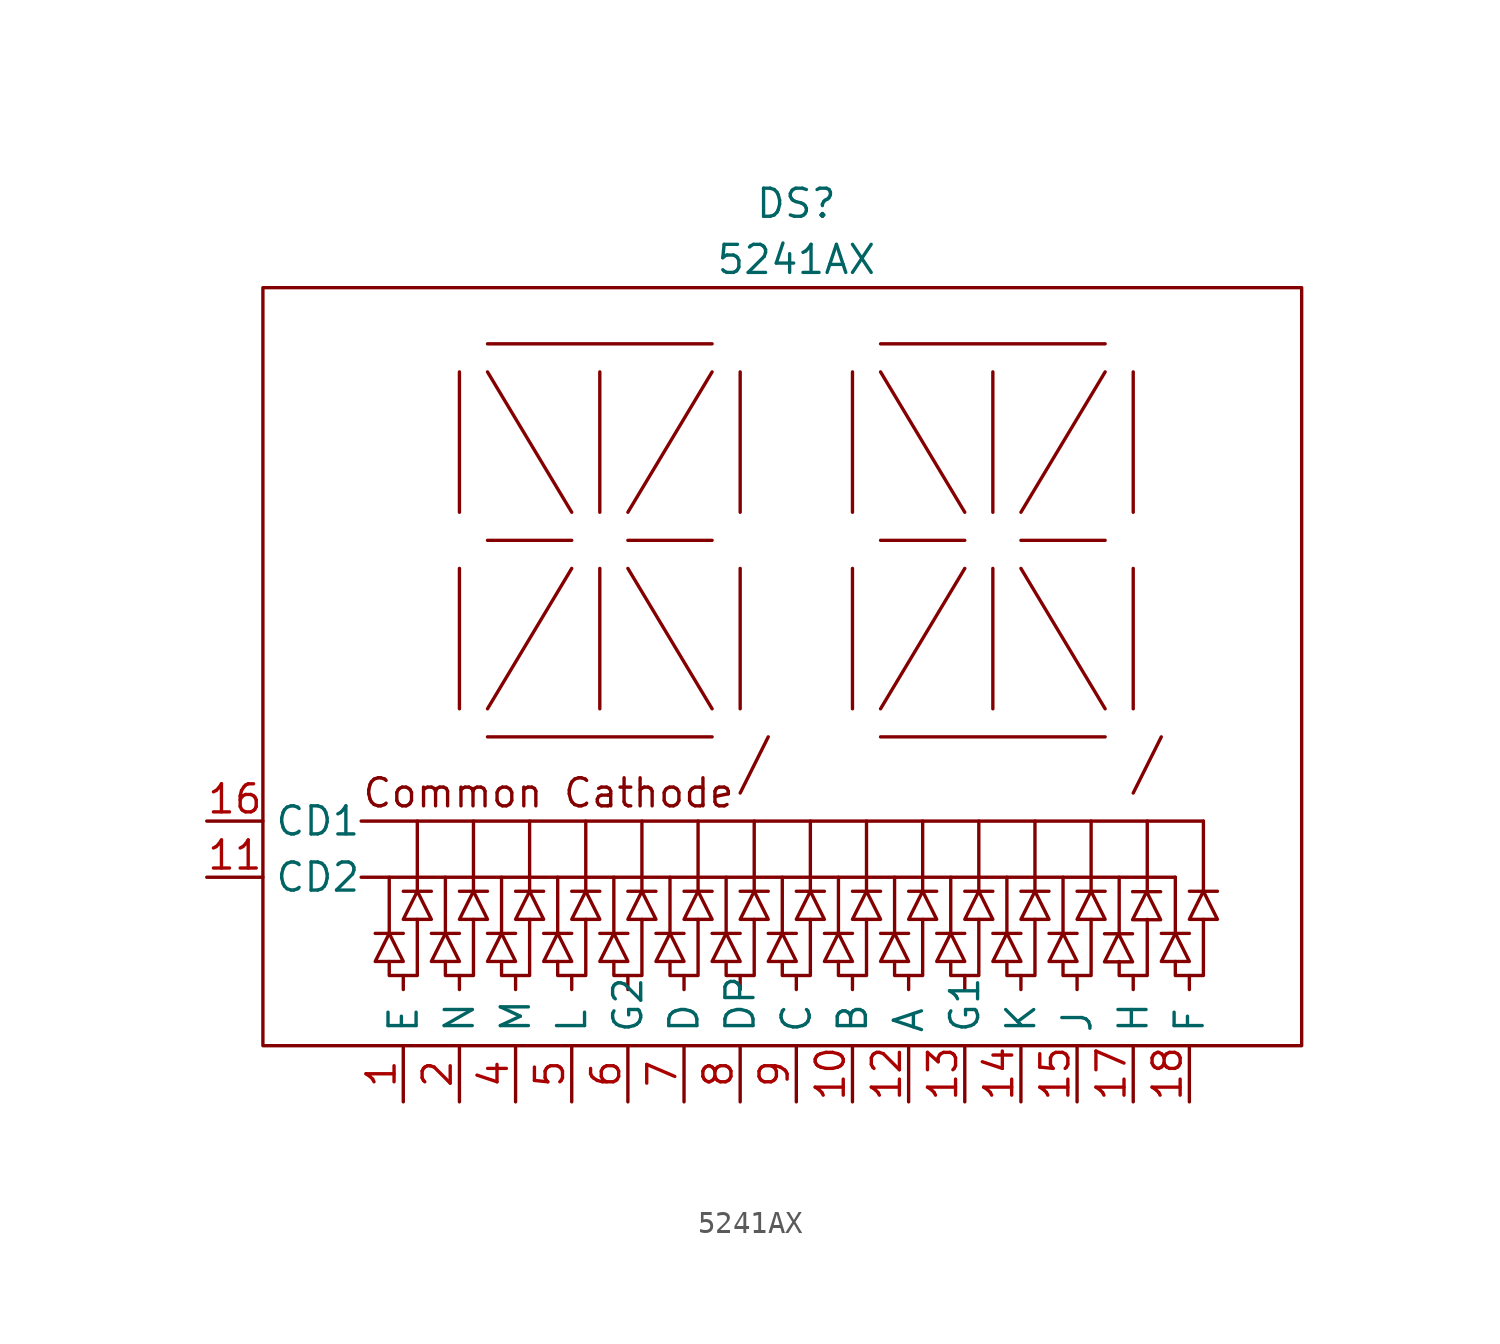
<source format=kicad_sym>
(kicad_symbol_lib
  (version 20220914)
  (generator kicad_symbol_editor)
  (symbol "5241AX"
    (property "Reference" "DS"
      (at 0 15.24 0)
      (effects (font (size 1.27 1.27))))
    (property "Value" "5241AX"
      (at 0 12.7 0)
      (effects (font (size 1.27 1.27))))
    (symbol "5241AX_0_1"
      (rectangle (start -24.13 11.43) (end 22.86 -22.86) (stroke (width 0) (type default)) (fill (type none)))
      (polyline (pts (xy -18.415 -17.78) (xy -18.415 -15.24)) (stroke (width 0) (type default)) (fill (type none)))
      (polyline (pts (xy -17.78 -19.685) (xy -17.78 -20.32)) (stroke (width 0) (type default)) (fill (type none)))
      (polyline (pts (xy -17.78 -17.78) (xy -19.05 -17.78)) (stroke (width 0) (type default)) (fill (type none)))
      (polyline (pts (xy -17.145 -12.7) (xy -17.145 -15.875)) (stroke (width 0) (type default)) (fill (type none)))
      (polyline (pts (xy -16.51 -15.875) (xy -17.78 -15.875)) (stroke (width 0) (type default)) (fill (type none)))
      (polyline (pts (xy -15.875 -17.78) (xy -15.875 -15.24)) (stroke (width 0) (type default)) (fill (type none)))
      (polyline (pts (xy -15.24 -19.685) (xy -15.24 -20.32)) (stroke (width 0) (type default)) (fill (type none)))
      (polyline (pts (xy -15.24 -17.78) (xy -16.51 -17.78)) (stroke (width 0) (type default)) (fill (type none)))
      (polyline (pts (xy -15.24 -1.27) (xy -15.24 -7.62)) (stroke (width 0) (type default)) (fill (type none)))
      (polyline (pts (xy -15.24 1.27) (xy -15.24 7.62)) (stroke (width 0) (type default)) (fill (type none)))
      (polyline (pts (xy -14.605 -12.7) (xy -14.605 -15.875)) (stroke (width 0) (type default)) (fill (type none)))
      (polyline (pts (xy -13.97 -15.875) (xy -15.24 -15.875)) (stroke (width 0) (type default)) (fill (type none)))
      (polyline (pts (xy -13.97 0) (xy -10.16 0)) (stroke (width 0) (type default)) (fill (type none)))
      (polyline (pts (xy -13.97 8.89) (xy -3.81 8.89)) (stroke (width 0) (type default)) (fill (type none)))
      (polyline (pts (xy -13.335 -17.78) (xy -13.335 -15.24)) (stroke (width 0) (type default)) (fill (type none)))
      (polyline (pts (xy -12.7 -19.685) (xy -12.7 -20.32)) (stroke (width 0) (type default)) (fill (type none)))
      (polyline (pts (xy -12.7 -17.78) (xy -13.97 -17.78)) (stroke (width 0) (type default)) (fill (type none)))
      (polyline (pts (xy -12.065 -12.7) (xy -12.065 -15.875)) (stroke (width 0) (type default)) (fill (type none)))
      (polyline (pts (xy -11.43 -15.875) (xy -12.7 -15.875)) (stroke (width 0) (type default)) (fill (type none)))
      (polyline (pts (xy -10.795 -17.78) (xy -10.795 -15.24)) (stroke (width 0) (type default)) (fill (type none)))
      (polyline (pts (xy -10.16 -19.685) (xy -10.16 -20.32)) (stroke (width 0) (type default)) (fill (type none)))
      (polyline (pts (xy -10.16 -17.78) (xy -11.43 -17.78)) (stroke (width 0) (type default)) (fill (type none)))
      (polyline (pts (xy -10.16 -1.27) (xy -13.97 -7.62)) (stroke (width 0) (type default)) (fill (type none)))
      (polyline (pts (xy -10.16 1.27) (xy -13.97 7.62)) (stroke (width 0) (type default)) (fill (type none)))
      (polyline (pts (xy -9.525 -12.7) (xy -9.525 -15.875)) (stroke (width 0) (type default)) (fill (type none)))
      (polyline (pts (xy -8.89 -15.875) (xy -10.16 -15.875)) (stroke (width 0) (type default)) (fill (type none)))
      (polyline (pts (xy -8.89 -1.27) (xy -8.89 -7.62)) (stroke (width 0) (type default)) (fill (type none)))
      (polyline (pts (xy -8.89 1.27) (xy -8.89 7.62)) (stroke (width 0) (type default)) (fill (type none)))
      (polyline (pts (xy -8.255 -17.78) (xy -8.255 -15.24)) (stroke (width 0) (type default)) (fill (type none)))
      (polyline (pts (xy -7.62 -19.685) (xy -7.62 -20.32)) (stroke (width 0) (type default)) (fill (type none)))
      (polyline (pts (xy -7.62 -17.78) (xy -8.89 -17.78)) (stroke (width 0) (type default)) (fill (type none)))
      (polyline (pts (xy -7.62 -1.27) (xy -3.81 -7.62)) (stroke (width 0) (type default)) (fill (type none)))
      (polyline (pts (xy -7.62 1.27) (xy -3.81 7.62)) (stroke (width 0) (type default)) (fill (type none)))
      (polyline (pts (xy -6.985 -12.7) (xy -6.985 -15.875)) (stroke (width 0) (type default)) (fill (type none)))
      (polyline (pts (xy -6.35 -15.875) (xy -7.62 -15.875)) (stroke (width 0) (type default)) (fill (type none)))
      (polyline (pts (xy -5.715 -17.78) (xy -5.715 -15.24)) (stroke (width 0) (type default)) (fill (type none)))
      (polyline (pts (xy -5.08 -19.685) (xy -5.08 -20.32)) (stroke (width 0) (type default)) (fill (type none)))
      (polyline (pts (xy -5.08 -17.78) (xy -6.35 -17.78)) (stroke (width 0) (type default)) (fill (type none)))
      (polyline (pts (xy -4.445 -12.7) (xy -4.445 -15.875)) (stroke (width 0) (type default)) (fill (type none)))
      (polyline (pts (xy -3.81 -15.875) (xy -5.08 -15.875)) (stroke (width 0) (type default)) (fill (type none)))
      (polyline (pts (xy -3.81 -8.89) (xy -13.97 -8.89)) (stroke (width 0) (type default)) (fill (type none)))
      (polyline (pts (xy -3.81 0) (xy -7.62 0)) (stroke (width 0) (type default)) (fill (type none)))
      (polyline (pts (xy -3.175 -17.78) (xy -3.175 -15.24)) (stroke (width 0) (type default)) (fill (type none)))
      (polyline (pts (xy -2.54 -19.685) (xy -2.54 -20.32)) (stroke (width 0) (type default)) (fill (type none)))
      (polyline (pts (xy -2.54 -17.78) (xy -3.81 -17.78)) (stroke (width 0) (type default)) (fill (type none)))
      (polyline (pts (xy -2.54 -1.27) (xy -2.54 -7.62)) (stroke (width 0) (type default)) (fill (type none)))
      (polyline (pts (xy -2.54 7.62) (xy -2.54 1.27)) (stroke (width 0) (type default)) (fill (type none)))
      (polyline (pts (xy -1.905 -12.7) (xy -1.905 -15.875)) (stroke (width 0) (type default)) (fill (type none)))
      (polyline (pts (xy -1.27 -15.875) (xy -2.54 -15.875)) (stroke (width 0) (type default)) (fill (type none)))
      (polyline (pts (xy -1.27 -8.89) (xy -2.54 -11.43)) (stroke (width 0) (type default)) (fill (type none)))
      (polyline (pts (xy -0.635 -17.78) (xy -0.635 -15.24)) (stroke (width 0) (type default)) (fill (type none)))
      (polyline (pts (xy 0 -19.685) (xy 0 -20.32)) (stroke (width 0) (type default)) (fill (type none)))
      (polyline (pts (xy 0 -17.78) (xy -1.27 -17.78)) (stroke (width 0) (type default)) (fill (type none)))
      (polyline (pts (xy 0.635 -12.7) (xy 0.635 -15.875)) (stroke (width 0) (type default)) (fill (type none)))
      (polyline (pts (xy 1.27 -15.875) (xy 0 -15.875)) (stroke (width 0) (type default)) (fill (type none)))
      (polyline (pts (xy 1.905 -17.78) (xy 1.905 -15.24)) (stroke (width 0) (type default)) (fill (type none)))
      (polyline (pts (xy 2.54 -19.685) (xy 2.54 -20.32)) (stroke (width 0) (type default)) (fill (type none)))
      (polyline (pts (xy 2.54 -17.78) (xy 1.27 -17.78)) (stroke (width 0) (type default)) (fill (type none)))
      (polyline (pts (xy 2.54 -1.27) (xy 2.54 -7.62)) (stroke (width 0) (type default)) (fill (type none)))
      (polyline (pts (xy 2.54 1.27) (xy 2.54 7.62)) (stroke (width 0) (type default)) (fill (type none)))
      (polyline (pts (xy 3.175 -12.7) (xy 3.175 -15.875)) (stroke (width 0) (type default)) (fill (type none)))
      (polyline (pts (xy 3.81 -15.875) (xy 2.54 -15.875)) (stroke (width 0) (type default)) (fill (type none)))
      (polyline (pts (xy 3.81 0) (xy 7.62 0)) (stroke (width 0) (type default)) (fill (type none)))
      (polyline (pts (xy 3.81 8.89) (xy 13.97 8.89)) (stroke (width 0) (type default)) (fill (type none)))
      (polyline (pts (xy 4.445 -17.78) (xy 4.445 -15.24)) (stroke (width 0) (type default)) (fill (type none)))
      (polyline (pts (xy 5.08 -19.685) (xy 5.08 -20.32)) (stroke (width 0) (type default)) (fill (type none)))
      (polyline (pts (xy 5.08 -17.78) (xy 3.81 -17.78)) (stroke (width 0) (type default)) (fill (type none)))
      (polyline (pts (xy 5.715 -12.7) (xy 5.715 -15.875)) (stroke (width 0) (type default)) (fill (type none)))
      (polyline (pts (xy 6.35 -15.875) (xy 5.08 -15.875)) (stroke (width 0) (type default)) (fill (type none)))
      (polyline (pts (xy 6.985 -17.78) (xy 6.985 -15.24)) (stroke (width 0) (type default)) (fill (type none)))
      (polyline (pts (xy 7.62 -19.685) (xy 7.62 -20.32)) (stroke (width 0) (type default)) (fill (type none)))
      (polyline (pts (xy 7.62 -17.78) (xy 6.35 -17.78)) (stroke (width 0) (type default)) (fill (type none)))
      (polyline (pts (xy 7.62 -1.27) (xy 3.81 -7.62)) (stroke (width 0) (type default)) (fill (type none)))
      (polyline (pts (xy 7.62 1.27) (xy 3.81 7.62)) (stroke (width 0) (type default)) (fill (type none)))
      (polyline (pts (xy 8.255 -12.7) (xy 8.255 -15.875)) (stroke (width 0) (type default)) (fill (type none)))
      (polyline (pts (xy 8.89 -15.875) (xy 7.62 -15.875)) (stroke (width 0) (type default)) (fill (type none)))
      (polyline (pts (xy 8.89 -1.27) (xy 8.89 -7.62)) (stroke (width 0) (type default)) (fill (type none)))
      (polyline (pts (xy 8.89 1.27) (xy 8.89 7.62)) (stroke (width 0) (type default)) (fill (type none)))
      (polyline (pts (xy 9.525 -17.78) (xy 9.525 -15.24)) (stroke (width 0) (type default)) (fill (type none)))
      (polyline (pts (xy 10.16 -19.685) (xy 10.16 -20.32)) (stroke (width 0) (type default)) (fill (type none)))
      (polyline (pts (xy 10.16 -17.78) (xy 8.89 -17.78)) (stroke (width 0) (type default)) (fill (type none)))
      (polyline (pts (xy 10.16 -1.27) (xy 13.97 -7.62)) (stroke (width 0) (type default)) (fill (type none)))
      (polyline (pts (xy 10.16 1.27) (xy 13.97 7.62)) (stroke (width 0) (type default)) (fill (type none)))
      (polyline (pts (xy 10.795 -12.7) (xy 10.795 -15.875)) (stroke (width 0) (type default)) (fill (type none)))
      (polyline (pts (xy 11.43 -15.875) (xy 10.16 -15.875)) (stroke (width 0) (type default)) (fill (type none)))
      (polyline (pts (xy 12.065 -17.78) (xy 12.065 -15.24)) (stroke (width 0) (type default)) (fill (type none)))
      (polyline (pts (xy 12.7 -19.685) (xy 12.7 -20.32)) (stroke (width 0) (type default)) (fill (type none)))
      (polyline (pts (xy 12.7 -17.78) (xy 11.43 -17.78)) (stroke (width 0) (type default)) (fill (type none)))
      (polyline (pts (xy 13.335 -12.7) (xy 13.335 -15.875)) (stroke (width 0) (type default)) (fill (type none)))
      (polyline (pts (xy 13.97 -15.875) (xy 12.7 -15.875)) (stroke (width 0) (type default)) (fill (type none)))
      (polyline (pts (xy 13.97 -8.89) (xy 3.81 -8.89)) (stroke (width 0) (type default)) (fill (type none)))
      (polyline (pts (xy 13.97 0) (xy 10.16 0)) (stroke (width 0) (type default)) (fill (type none)))
      (polyline (pts (xy 14.605 -17.78) (xy 14.605 -15.24)) (stroke (width 0) (type default)) (fill (type none)))
      (polyline (pts (xy 15.21 -17.797) (xy 13.94 -17.797)) (stroke (width 0) (type default)) (fill (type none)))
      (polyline (pts (xy 15.24 -19.685) (xy 15.24 -20.32)) (stroke (width 0) (type default)) (fill (type none)))
      (polyline (pts (xy 15.24 -1.27) (xy 15.24 -7.62)) (stroke (width 0) (type default)) (fill (type none)))
      (polyline (pts (xy 15.24 7.62) (xy 15.24 1.27)) (stroke (width 0) (type default)) (fill (type none)))
      (polyline (pts (xy 15.875 -12.7) (xy 15.875 -15.875)) (stroke (width 0) (type default)) (fill (type none)))
      (polyline (pts (xy 16.48 -15.892) (xy 15.21 -15.892)) (stroke (width 0) (type default)) (fill (type none)))
      (polyline (pts (xy 16.51 -8.89) (xy 15.24 -11.43)) (stroke (width 0) (type default)) (fill (type none)))
      (polyline (pts (xy 17.145 -17.78) (xy 17.145 -15.24)) (stroke (width 0) (type default)) (fill (type none)))
      (polyline (pts (xy 17.145 -15.24) (xy -19.685 -15.24)) (stroke (width 0) (type default)) (fill (type none)))
      (polyline (pts (xy 17.78 -19.685) (xy 17.78 -20.32)) (stroke (width 0) (type default)) (fill (type none)))
      (polyline (pts (xy 17.78 -17.78) (xy 16.51 -17.78)) (stroke (width 0) (type default)) (fill (type none)))
      (polyline (pts (xy 18.415 -12.7) (xy -19.685 -12.7)) (stroke (width 0) (type default)) (fill (type none)))
      (polyline (pts (xy 18.415 -12.7) (xy 18.415 -15.875)) (stroke (width 0) (type default)) (fill (type none)))
      (polyline (pts (xy 19.05 -15.875) (xy 17.78 -15.875)) (stroke (width 0) (type default)) (fill (type none)))
      (polyline (pts (xy -18.415 -19.05) (xy -18.415 -19.685) (xy -17.145 -19.685) (xy -17.145 -17.145)) (stroke (width 0) (type default)) (fill (type none)))
      (polyline (pts (xy -17.78 -19.05) (xy -19.05 -19.05) (xy -18.415 -17.78) (xy -17.78 -19.05)) (stroke (width 0) (type default)) (fill (type none)))
      (polyline (pts (xy -16.51 -17.145) (xy -17.78 -17.145) (xy -17.145 -15.875) (xy -16.51 -17.145)) (stroke (width 0) (type default)) (fill (type none)))
      (polyline (pts (xy -15.875 -19.05) (xy -15.875 -19.685) (xy -14.605 -19.685) (xy -14.605 -17.145)) (stroke (width 0) (type default)) (fill (type none)))
      (polyline (pts (xy -15.24 -19.05) (xy -16.51 -19.05) (xy -15.875 -17.78) (xy -15.24 -19.05)) (stroke (width 0) (type default)) (fill (type none)))
      (polyline (pts (xy -13.97 -17.145) (xy -15.24 -17.145) (xy -14.605 -15.875) (xy -13.97 -17.145)) (stroke (width 0) (type default)) (fill (type none)))
      (polyline (pts (xy -13.335 -19.05) (xy -13.335 -19.685) (xy -12.065 -19.685) (xy -12.065 -17.145)) (stroke (width 0) (type default)) (fill (type none)))
      (polyline (pts (xy -12.7 -19.05) (xy -13.97 -19.05) (xy -13.335 -17.78) (xy -12.7 -19.05)) (stroke (width 0) (type default)) (fill (type none)))
      (polyline (pts (xy -11.43 -17.145) (xy -12.7 -17.145) (xy -12.065 -15.875) (xy -11.43 -17.145)) (stroke (width 0) (type default)) (fill (type none)))
      (polyline (pts (xy -10.795 -19.05) (xy -10.795 -19.685) (xy -9.525 -19.685) (xy -9.525 -17.145)) (stroke (width 0) (type default)) (fill (type none)))
      (polyline (pts (xy -10.16 -19.05) (xy -11.43 -19.05) (xy -10.795 -17.78) (xy -10.16 -19.05)) (stroke (width 0) (type default)) (fill (type none)))
      (polyline (pts (xy -8.89 -17.145) (xy -10.16 -17.145) (xy -9.525 -15.875) (xy -8.89 -17.145)) (stroke (width 0) (type default)) (fill (type none)))
      (polyline (pts (xy -8.255 -19.05) (xy -8.255 -19.685) (xy -6.985 -19.685) (xy -6.985 -17.145)) (stroke (width 0) (type default)) (fill (type none)))
      (polyline (pts (xy -7.62 -19.05) (xy -8.89 -19.05) (xy -8.255 -17.78) (xy -7.62 -19.05)) (stroke (width 0) (type default)) (fill (type none)))
      (polyline (pts (xy -6.35 -17.145) (xy -7.62 -17.145) (xy -6.985 -15.875) (xy -6.35 -17.145)) (stroke (width 0) (type default)) (fill (type none)))
      (polyline (pts (xy -5.715 -19.05) (xy -5.715 -19.685) (xy -4.445 -19.685) (xy -4.445 -17.145)) (stroke (width 0) (type default)) (fill (type none)))
      (polyline (pts (xy -5.08 -19.05) (xy -6.35 -19.05) (xy -5.715 -17.78) (xy -5.08 -19.05)) (stroke (width 0) (type default)) (fill (type none)))
      (polyline (pts (xy -3.81 -17.145) (xy -5.08 -17.145) (xy -4.445 -15.875) (xy -3.81 -17.145)) (stroke (width 0) (type default)) (fill (type none)))
      (polyline (pts (xy -3.175 -19.05) (xy -3.175 -19.685) (xy -1.905 -19.685) (xy -1.905 -17.145)) (stroke (width 0) (type default)) (fill (type none)))
      (polyline (pts (xy -2.54 -19.05) (xy -3.81 -19.05) (xy -3.175 -17.78) (xy -2.54 -19.05)) (stroke (width 0) (type default)) (fill (type none)))
      (polyline (pts (xy -1.27 -17.145) (xy -2.54 -17.145) (xy -1.905 -15.875) (xy -1.27 -17.145)) (stroke (width 0) (type default)) (fill (type none)))
      (polyline (pts (xy -0.635 -19.05) (xy -0.635 -19.685) (xy 0.635 -19.685) (xy 0.635 -17.145)) (stroke (width 0) (type default)) (fill (type none)))
      (polyline (pts (xy 0 -19.05) (xy -1.27 -19.05) (xy -0.635 -17.78) (xy 0 -19.05)) (stroke (width 0) (type default)) (fill (type none)))
      (polyline (pts (xy 1.27 -17.145) (xy 0 -17.145) (xy 0.635 -15.875) (xy 1.27 -17.145)) (stroke (width 0) (type default)) (fill (type none)))
      (polyline (pts (xy 1.905 -19.05) (xy 1.905 -19.685) (xy 3.175 -19.685) (xy 3.175 -17.145)) (stroke (width 0) (type default)) (fill (type none)))
      (polyline (pts (xy 2.54 -19.05) (xy 1.27 -19.05) (xy 1.905 -17.78) (xy 2.54 -19.05)) (stroke (width 0) (type default)) (fill (type none)))
      (polyline (pts (xy 3.81 -17.145) (xy 2.54 -17.145) (xy 3.175 -15.875) (xy 3.81 -17.145)) (stroke (width 0) (type default)) (fill (type none)))
      (polyline (pts (xy 4.445 -19.05) (xy 4.445 -19.685) (xy 5.715 -19.685) (xy 5.715 -17.145)) (stroke (width 0) (type default)) (fill (type none)))
      (polyline (pts (xy 5.08 -19.05) (xy 3.81 -19.05) (xy 4.445 -17.78) (xy 5.08 -19.05)) (stroke (width 0) (type default)) (fill (type none)))
      (polyline (pts (xy 6.35 -17.145) (xy 5.08 -17.145) (xy 5.715 -15.875) (xy 6.35 -17.145)) (stroke (width 0) (type default)) (fill (type none)))
      (polyline (pts (xy 6.985 -19.05) (xy 6.985 -19.685) (xy 8.255 -19.685) (xy 8.255 -17.145)) (stroke (width 0) (type default)) (fill (type none)))
      (polyline (pts (xy 7.62 -19.05) (xy 6.35 -19.05) (xy 6.985 -17.78) (xy 7.62 -19.05)) (stroke (width 0) (type default)) (fill (type none)))
      (polyline (pts (xy 8.89 -17.145) (xy 7.62 -17.145) (xy 8.255 -15.875) (xy 8.89 -17.145)) (stroke (width 0) (type default)) (fill (type none)))
      (polyline (pts (xy 9.525 -19.05) (xy 9.525 -19.685) (xy 10.795 -19.685) (xy 10.795 -17.145)) (stroke (width 0) (type default)) (fill (type none)))
      (polyline (pts (xy 10.16 -19.05) (xy 8.89 -19.05) (xy 9.525 -17.78) (xy 10.16 -19.05)) (stroke (width 0) (type default)) (fill (type none)))
      (polyline (pts (xy 11.43 -17.145) (xy 10.16 -17.145) (xy 10.795 -15.875) (xy 11.43 -17.145)) (stroke (width 0) (type default)) (fill (type none)))
      (polyline (pts (xy 12.065 -19.05) (xy 12.065 -19.685) (xy 13.335 -19.685) (xy 13.335 -17.145)) (stroke (width 0) (type default)) (fill (type none)))
      (polyline (pts (xy 12.7 -19.05) (xy 11.43 -19.05) (xy 12.065 -17.78) (xy 12.7 -19.05)) (stroke (width 0) (type default)) (fill (type none)))
      (polyline (pts (xy 13.97 -17.145) (xy 12.7 -17.145) (xy 13.335 -15.875) (xy 13.97 -17.145)) (stroke (width 0) (type default)) (fill (type none)))
      (polyline (pts (xy 14.605 -19.05) (xy 14.605 -19.685) (xy 15.875 -19.685) (xy 15.875 -17.145)) (stroke (width 0) (type default)) (fill (type none)))
      (polyline (pts (xy 15.21 -19.067) (xy 13.94 -19.067) (xy 14.575 -17.797) (xy 15.21 -19.067)) (stroke (width 0) (type default)) (fill (type none)))
      (polyline (pts (xy 16.48 -17.162) (xy 15.21 -17.162) (xy 15.845 -15.892) (xy 16.48 -17.162)) (stroke (width 0) (type default)) (fill (type none)))
      (polyline (pts (xy 17.145 -19.05) (xy 17.145 -19.685) (xy 18.415 -19.685) (xy 18.415 -17.145)) (stroke (width 0) (type default)) (fill (type none)))
      (polyline (pts (xy 17.78 -19.05) (xy 16.51 -19.05) (xy 17.145 -17.78) (xy 17.78 -19.05)) (stroke (width 0) (type default)) (fill (type none)))
      (polyline (pts (xy 19.05 -17.145) (xy 17.78 -17.145) (xy 18.415 -15.875) (xy 19.05 -17.145)) (stroke (width 0) (type default)) (fill (type none)))
      (text "Common Cathode" (at -19.685 -11.43 0) (effects (font (size 1.27 1.27)) (justify left))))
    (symbol "5241AX_1_1"
      (pin passive line (at -17.78 -25.4 90) (length 2.54) (name "E" (effects (font (size 1.27 1.27)))) (number "1" (effects (font (size 1.27 1.27)))))
      (pin passive line (at 2.54 -25.4 90) (length 2.54) (name "B" (effects (font (size 1.27 1.27)))) (number "10" (effects (font (size 1.27 1.27)))))
      (pin passive line (at -26.67 -15.24 0) (length 2.54) (name "CD2" (effects (font (size 1.27 1.27)))) (number "11" (effects (font (size 1.27 1.27)))))
      (pin passive line (at 5.08 -25.4 90) (length 2.54) (name "A" (effects (font (size 1.27 1.27)))) (number "12" (effects (font (size 1.27 1.27)))))
      (pin passive line (at 7.62 -25.4 90) (length 2.54) (name "G1" (effects (font (size 1.27 1.27)))) (number "13" (effects (font (size 1.27 1.27)))))
      (pin passive line (at 10.16 -25.4 90) (length 2.54) (name "K" (effects (font (size 1.27 1.27)))) (number "14" (effects (font (size 1.27 1.27)))))
      (pin passive line (at 12.7 -25.4 90) (length 2.54) (name "J" (effects (font (size 1.27 1.27)))) (number "15" (effects (font (size 1.27 1.27)))))
      (pin passive line (at -26.67 -12.7 0) (length 2.54) (name "CD1" (effects (font (size 1.27 1.27)))) (number "16" (effects (font (size 1.27 1.27)))))
      (pin passive line (at 15.24 -25.4 90) (length 2.54) (name "H" (effects (font (size 1.27 1.27)))) (number "17" (effects (font (size 1.27 1.27)))))
      (pin passive line (at 17.78 -25.4 90) (length 2.54) (name "F" (effects (font (size 1.27 1.27)))) (number "18" (effects (font (size 1.27 1.27)))))
      (pin passive line (at -15.24 -25.4 90) (length 2.54) (name "N" (effects (font (size 1.27 1.27)))) (number "2" (effects (font (size 1.27 1.27)))))
      (pin passive line (at -12.7 -25.4 90) (length 2.54) (name "M" (effects (font (size 1.27 1.27)))) (number "4" (effects (font (size 1.27 1.27)))))
      (pin passive line (at -10.16 -25.4 90) (length 2.54) (name "L" (effects (font (size 1.27 1.27)))) (number "5" (effects (font (size 1.27 1.27)))))
      (pin passive line (at -7.62 -25.4 90) (length 2.54) (name "G2" (effects (font (size 1.27 1.27)))) (number "6" (effects (font (size 1.27 1.27)))))
      (pin passive line (at -5.08 -25.4 90) (length 2.54) (name "D" (effects (font (size 1.27 1.27)))) (number "7" (effects (font (size 1.27 1.27)))))
      (pin passive line (at -2.54 -25.4 90) (length 2.54) (name "DP" (effects (font (size 1.27 1.27)))) (number "8" (effects (font (size 1.27 1.27)))))
      (pin passive line (at 0 -25.4 90) (length 2.54) (name "C" (effects (font (size 1.27 1.27)))) (number "9" (effects (font (size 1.27 1.27))))))))
</source>
